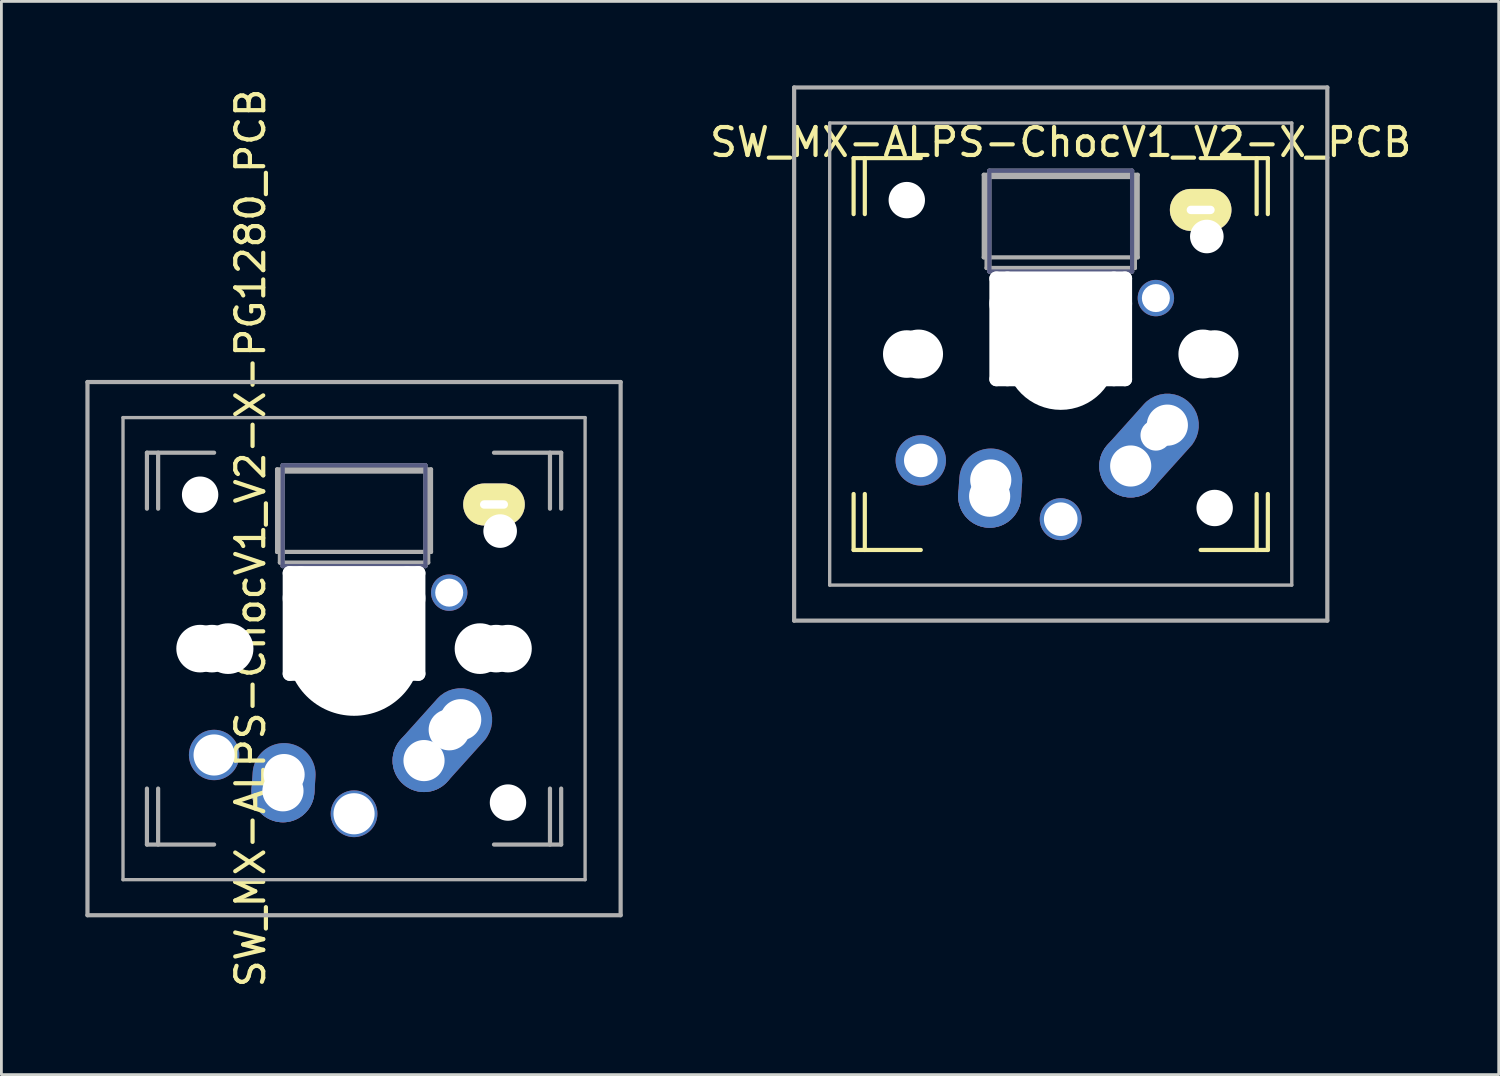
<source format=kicad_pcb>
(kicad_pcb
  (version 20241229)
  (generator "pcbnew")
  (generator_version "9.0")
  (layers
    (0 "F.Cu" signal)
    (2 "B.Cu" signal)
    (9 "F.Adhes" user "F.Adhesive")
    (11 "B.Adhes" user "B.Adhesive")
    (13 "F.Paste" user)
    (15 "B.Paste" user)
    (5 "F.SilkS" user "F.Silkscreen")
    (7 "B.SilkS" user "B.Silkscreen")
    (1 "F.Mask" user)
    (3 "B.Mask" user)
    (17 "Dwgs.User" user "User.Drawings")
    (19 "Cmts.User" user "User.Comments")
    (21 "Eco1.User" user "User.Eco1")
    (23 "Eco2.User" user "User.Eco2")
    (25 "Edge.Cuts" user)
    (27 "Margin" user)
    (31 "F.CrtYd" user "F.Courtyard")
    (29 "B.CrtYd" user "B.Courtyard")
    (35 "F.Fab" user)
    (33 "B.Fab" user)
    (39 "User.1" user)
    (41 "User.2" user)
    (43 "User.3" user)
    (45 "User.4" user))
  (footprint "SW_MX-ALPS-ChocV1_V2-X_PCB"
    (layer "F.Cu")
    (at 34.849 9.6)
    (property "Reference" "SW_MX-ALPS-ChocV1_V2-X_PCB" (at 0 -7.567 0) (unlocked yes) (layer "F.SilkS") (effects (font (size 1 1) (thickness 0.15))))
    (attr through_hole)
    (fp_line (start -7.4 -7) (end -5 -7) (stroke (width 0.15) (type solid)) (layer "F.SilkS"))
    (fp_line (start -7.4 -5) (end -7.4 -7) (stroke (width 0.15) (type solid)) (layer "F.SilkS"))
    (fp_line (start -7.4 5) (end -7.4 7) (stroke (width 0.15) (type solid)) (layer "F.SilkS"))
    (fp_line (start -7.4 7) (end -5 7) (stroke (width 0.15) (type solid)) (layer "F.SilkS"))
    (fp_line (start -7 -5) (end -7 -7) (stroke (width 0.15) (type solid)) (layer "F.SilkS"))
    (fp_line (start -7 5) (end -7 7) (stroke (width 0.15) (type solid)) (layer "F.SilkS"))
    (fp_line (start 5 7) (end 7.4 7) (stroke (width 0.15) (type solid)) (layer "F.SilkS"))
    (fp_line (start 7 -5) (end 7 -7) (stroke (width 0.15) (type solid)) (layer "F.SilkS"))
    (fp_line (start 7 7) (end 7 5) (stroke (width 0.15) (type solid)) (layer "F.SilkS"))
    (fp_line (start 7.4 -7) (end 5 -7) (stroke (width 0.15) (type solid)) (layer "F.SilkS"))
    (fp_line (start 7.4 -5) (end 7.4 -7) (stroke (width 0.15) (type solid)) (layer "F.SilkS"))
    (fp_line (start 7.4 7) (end 7.4 5) (stroke (width 0.15) (type solid)) (layer "F.SilkS"))
    (fp_line (start -2.55 -6.55) (end 2.55 -6.55) (stroke (width 0.15) (type solid)) (layer "B.Fab"))
    (fp_line (start -2.55 -2.95) (end -2.55 -6.55) (stroke (width 0.15) (type solid)) (layer "B.Fab"))
    (fp_line (start 2.55 -6.55) (end 2.55 -2.95) (stroke (width 0.15) (type solid)) (layer "B.Fab"))
    (fp_line (start 2.55 -2.95) (end -2.55 -2.95) (stroke (width 0.15) (type solid)) (layer "B.Fab"))
    (fp_line (start -9.525 -9.525) (end 9.525 -9.525) (stroke (width 0.15) (type solid)) (layer "F.Fab"))
    (fp_line (start -9.525 9.525) (end -9.525 -9.525) (stroke (width 0.15) (type solid)) (layer "F.Fab"))
    (fp_line (start -8.255 -8.255) (end 8.255 -8.255) (stroke (width 0.12) (type solid)) (layer "F.Fab"))
    (fp_line (start -8.255 8.255) (end -8.255 -8.255) (stroke (width 0.12) (type solid)) (layer "F.Fab"))
    (fp_line (start -2.75 -6.405) (end 2.75 -6.405) (stroke (width 0.15) (type solid)) (layer "F.Fab"))
    (fp_line (start -2.75 -3.455) (end -2.75 -6.405) (stroke (width 0.15) (type solid)) (layer "F.Fab"))
    (fp_line (start -2.75 -3.455) (end 2.75 -3.455) (stroke (width 0.15) (type solid)) (layer "F.Fab"))
    (fp_line (start -2.65 -6.325) (end -2.65 -3.075) (stroke (width 0.15) (type solid)) (layer "F.Fab"))
    (fp_line (start -2.65 -6.325) (end 2.65 -6.325) (stroke (width 0.15) (type solid)) (layer "F.Fab"))
    (fp_line (start -2.65 -3.075) (end 2.65 -3.075) (stroke (width 0.15) (type solid)) (layer "F.Fab"))
    (fp_line (start -2.55 -6.55) (end -2.55 -2.95) (stroke (width 0.15) (type solid)) (layer "F.Fab"))
    (fp_line (start -2.55 -2.95) (end 2.55 -2.95) (stroke (width 0.15) (type solid)) (layer "F.Fab"))
    (fp_line (start 2.55 -6.55) (end -2.55 -6.55) (stroke (width 0.15) (type solid)) (layer "F.Fab"))
    (fp_line (start 2.55 -2.95) (end 2.55 -6.55) (stroke (width 0.15) (type solid)) (layer "F.Fab"))
    (fp_line (start 2.65 -6.325) (end 2.65 -3.075) (stroke (width 0.15) (type solid)) (layer "F.Fab"))
    (fp_line (start 2.75 -3.455) (end 2.75 -6.405) (stroke (width 0.15) (type solid)) (layer "F.Fab"))
    (fp_line (start 8.255 -8.255) (end 8.255 8.255) (stroke (width 0.12) (type solid)) (layer "F.Fab"))
    (fp_line (start 8.255 8.255) (end -8.255 8.255) (stroke (width 0.12) (type solid)) (layer "F.Fab"))
    (fp_line (start 9.525 -9.525) (end 9.525 9.525) (stroke (width 0.15) (type solid)) (layer "F.Fab"))
    (fp_line (start 9.525 9.525) (end -9.525 9.525) (stroke (width 0.15) (type solid)) (layer "F.Fab"))
    (pad "" np_thru_hole circle (at -5.5 -5.5) (size 1.3 1.3) (drill 1.3) (layers "*.Cu" "*.Mask"))
    (pad "" np_thru_hole circle (at -5.5 0 228.1) (size 1.7 1.7) (drill 1.7) (layers "*.Cu" "*.Mask"))
    (pad "" np_thru_hole circle (at -5.08 0 228) (size 1.75 1.75) (drill 1.75) (layers "*.Cu" "*.Mask"))
    (pad "" np_thru_hole oval (at -2.3 -0.9 180) (size 0.5 4.1) (drill oval 0.5 4.1) (layers "*.Cu" "*.Mask"))
    (pad "" np_thru_hole oval (at -1.905 -0.9 180) (size 0.5 4.1) (drill oval 0.5 4.1) (layers "*.Cu" "*.Mask"))
    (pad "" np_thru_hole oval (at 0 -2.7 180) (size 5.1 0.5) (drill oval 5.1 0.5) (layers "*.Cu" "*.Mask"))
    (pad "" np_thru_hole oval (at 0 -1.8 180) (size 5.1 1.5) (drill oval 5.1 1.5) (layers "*.Cu" "*.Mask"))
    (pad "" np_thru_hole circle (at 0 0) (size 3.988 3.988) (drill 3.988) (layers "*.Cu" "*.Mask"))
    (pad "" np_thru_hole oval (at 0 0.9 180) (size 5.1 0.5) (drill oval 5.1 0.5) (layers "*.Cu" "*.Mask"))
    (pad "" np_thru_hole oval (at 1.9 -0.9 180) (size 0.5 4.1) (drill oval 0.5 4.1) (layers "*.Cu" "*.Mask"))
    (pad "" np_thru_hole oval (at 2.3 -0.9 180) (size 0.5 4.1) (drill oval 0.5 4.1) (layers "*.Cu" "*.Mask"))
    (pad "" thru_hole oval (at 5 -5.15 180) (size 2.2 1.5) (drill oval 1 0.3) (layers "*.Cu" "B.Mask" "F.SilkS"))
    (pad "" np_thru_hole circle (at 5.08 0 228) (size 1.75 1.75) (drill 1.75) (layers "*.Cu" "*.Mask"))
    (pad "" np_thru_hole circle (at 5.22 -4.2 228.1) (size 1.2 1.2) (drill 1.2) (layers "*.Cu" "*.Mask"))
    (pad "" np_thru_hole circle (at 5.5 0 228.1) (size 1.7 1.7) (drill 1.7) (layers "*.Cu" "*.Mask"))
    (pad "" np_thru_hole circle (at 5.5 5.5) (size 1.3 1.3) (drill 1.3) (layers "*.Cu" "*.Mask"))
    (pad "1" thru_hole circle (at -5 3.8 180) (size 1.8 1.8) (drill 1.2) (layers "*.Cu" "*.Mask"))
    (pad "1" thru_hole circle (at 3.4 -2) (size 1.3 1.3) (drill 1) (layers "*.Cu" "*.Mask"))
    (pad "2" thru_hole circle (at 0 5.9 180) (size 1.5 1.5) (drill 1.2) (layers "*.Cu" "*.Mask"))
    (pad "2" thru_hole circle (at 2.5 4 180) (size 2.25 2.25) (drill 1.47) (layers "*.Cu" "B.Mask"))
    (pad "2" thru_hole circle (at 3.4 2.9) (size 1.6 1.6) (drill 1.1) (layers "*.Cu" "*.Mask"))
    (pad "2" thru_hole custom (at 3.81 2.54 180) (size 2.25 2.25) (drill 1.47) (layers "*.Cu" "*.Mask") (options (anchor circle)) (primitives (gr_line (start 1.61 -1.16) (end 0.3 0.3) (width 1.4)) (gr_line (start 1.008 -1.758) (end -0.34 -0.26) (width 1.4)) (gr_arc (start 1.01 -1.76) (mid 1.61 -1.76) (end 1.61 -1.16) (width 1.4))))
    (pad "3" thru_hole circle (at -2.54 5.08 180) (size 2.25 2.25) (drill 1.47) (layers "*.Cu" "*.Mask"))
    (pad "3" thru_hole oval (at -2.5 4.5 266.1) (size 2.831 2.25) (drill 1.47 (offset 0.291 0)) (layers "*.Cu" "*.Mask")))
  (footprint "SW_MX-ALPS-ChocV1_V2-X-PG1280_PCB"
    (layer "F.Cu")
    (at 9.6 20.125)
    (property "Reference" "SW_MX-ALPS-ChocV1_V2-X-PG1280_PCB" (at -3.7 -3.953 90) (layer "F.SilkS") (effects (font (size 1 1) (thickness 0.15))))
    (attr through_hole)
    (fp_line (start -2.55 -6.55) (end 2.55 -6.55) (stroke (width 0.15) (type solid)) (layer "B.Fab"))
    (fp_line (start -2.55 -2.95) (end -2.55 -6.55) (stroke (width 0.15) (type solid)) (layer "B.Fab"))
    (fp_line (start 2.55 -6.55) (end 2.55 -2.95) (stroke (width 0.15) (type solid)) (layer "B.Fab"))
    (fp_line (start 2.55 -2.95) (end -2.55 -2.95) (stroke (width 0.15) (type solid)) (layer "B.Fab"))
    (fp_line (start -9.525 -9.525) (end 9.525 -9.525) (stroke (width 0.15) (type solid)) (layer "F.Fab"))
    (fp_line (start -9.525 9.525) (end -9.525 -9.525) (stroke (width 0.15) (type solid)) (layer "F.Fab"))
    (fp_line (start -8.255 -8.255) (end 8.255 -8.255) (stroke (width 0.12) (type solid)) (layer "F.Fab"))
    (fp_line (start -8.255 8.255) (end -8.255 -8.255) (stroke (width 0.12) (type solid)) (layer "F.Fab"))
    (fp_line (start -7.4 -7) (end -5 -7) (stroke (width 0.15) (type solid)) (layer "F.Fab"))
    (fp_line (start -7.4 -5) (end -7.4 -7) (stroke (width 0.15) (type solid)) (layer "F.Fab"))
    (fp_line (start -7.4 5) (end -7.4 7) (stroke (width 0.15) (type solid)) (layer "F.Fab"))
    (fp_line (start -7.4 7) (end -5 7) (stroke (width 0.15) (type solid)) (layer "F.Fab"))
    (fp_line (start -7 -5) (end -7 -7) (stroke (width 0.15) (type solid)) (layer "F.Fab"))
    (fp_line (start -7 5) (end -7 7) (stroke (width 0.15) (type solid)) (layer "F.Fab"))
    (fp_line (start -2.75 -6.405) (end 2.75 -6.405) (stroke (width 0.15) (type solid)) (layer "F.Fab"))
    (fp_line (start -2.75 -3.455) (end -2.75 -6.405) (stroke (width 0.15) (type solid)) (layer "F.Fab"))
    (fp_line (start -2.75 -3.455) (end 2.75 -3.455) (stroke (width 0.15) (type solid)) (layer "F.Fab"))
    (fp_line (start -2.65 -6.325) (end -2.65 -3.075) (stroke (width 0.15) (type solid)) (layer "F.Fab"))
    (fp_line (start -2.65 -6.325) (end 2.65 -6.325) (stroke (width 0.15) (type solid)) (layer "F.Fab"))
    (fp_line (start -2.65 -3.075) (end 2.65 -3.075) (stroke (width 0.15) (type solid)) (layer "F.Fab"))
    (fp_line (start -2.55 -6.55) (end -2.55 -2.95) (stroke (width 0.15) (type solid)) (layer "F.Fab"))
    (fp_line (start -2.55 -2.95) (end 2.55 -2.95) (stroke (width 0.15) (type solid)) (layer "F.Fab"))
    (fp_line (start 2.55 -6.55) (end -2.55 -6.55) (stroke (width 0.15) (type solid)) (layer "F.Fab"))
    (fp_line (start 2.55 -2.95) (end 2.55 -6.55) (stroke (width 0.15) (type solid)) (layer "F.Fab"))
    (fp_line (start 2.65 -6.325) (end 2.65 -3.075) (stroke (width 0.15) (type solid)) (layer "F.Fab"))
    (fp_line (start 2.75 -3.455) (end 2.75 -6.405) (stroke (width 0.15) (type solid)) (layer "F.Fab"))
    (fp_line (start 5 7) (end 7.4 7) (stroke (width 0.15) (type solid)) (layer "F.Fab"))
    (fp_line (start 7 -5) (end 7 -7) (stroke (width 0.15) (type solid)) (layer "F.Fab"))
    (fp_line (start 7 7) (end 7 5) (stroke (width 0.15) (type solid)) (layer "F.Fab"))
    (fp_line (start 7.4 -7) (end 5 -7) (stroke (width 0.15) (type solid)) (layer "F.Fab"))
    (fp_line (start 7.4 -5) (end 7.4 -7) (stroke (width 0.15) (type solid)) (layer "F.Fab"))
    (fp_line (start 7.4 7) (end 7.4 5) (stroke (width 0.15) (type solid)) (layer "F.Fab"))
    (fp_line (start 8.255 -8.255) (end 8.255 8.255) (stroke (width 0.12) (type solid)) (layer "F.Fab"))
    (fp_line (start 8.255 8.255) (end -8.255 8.255) (stroke (width 0.12) (type solid)) (layer "F.Fab"))
    (fp_line (start 9.525 -9.525) (end 9.525 9.525) (stroke (width 0.15) (type solid)) (layer "F.Fab"))
    (fp_line (start 9.525 9.525) (end -9.525 9.525) (stroke (width 0.15) (type solid)) (layer "F.Fab"))
    (pad "" np_thru_hole circle (at -5.5 -5.5) (size 1.3 1.3) (drill 1.3) (layers "*.Cu" "*.Mask"))
    (pad "" np_thru_hole circle (at -5.5 0 228.1) (size 1.7 1.7) (drill 1.7) (layers "*.Cu" "*.Mask"))
    (pad "" np_thru_hole circle (at -5.08 0) (size 1.7 1.7) (drill 1.7) (layers "*.Cu" "*.Mask"))
    (pad "" np_thru_hole circle (at -4.5 0) (size 1.81 1.81) (drill 1.81) (layers "*.Cu" "*.Mask"))
    (pad "" np_thru_hole oval (at -2.3 -0.9 180) (size 0.5 4.1) (drill oval 0.5 4.1) (layers "*.Cu" "*.Mask"))
    (pad "" np_thru_hole oval (at -1.905 -0.9 180) (size 0.5 4.1) (drill oval 0.5 4.1) (layers "*.Cu" "*.Mask"))
    (pad "" np_thru_hole oval (at 0 -2.7 180) (size 5.1 0.5) (drill oval 5.1 0.5) (layers "*.Cu" "*.Mask"))
    (pad "" np_thru_hole oval (at 0 -1.8 180) (size 5.1 1.5) (drill oval 5.1 1.5) (layers "*.Cu" "*.Mask"))
    (pad "" np_thru_hole circle (at 0 0) (size 4.8 4.8) (drill 4.8) (layers "*.Cu" "*.Mask"))
    (pad "" np_thru_hole oval (at 0 0.9 180) (size 5.1 0.5) (drill oval 5.1 0.5) (layers "*.Cu" "*.Mask"))
    (pad "" np_thru_hole oval (at 1.9 -0.9 180) (size 0.5 4.1) (drill oval 0.5 4.1) (layers "*.Cu" "*.Mask"))
    (pad "" np_thru_hole oval (at 2.3 -0.9 180) (size 0.5 4.1) (drill oval 0.5 4.1) (layers "*.Cu" "*.Mask"))
    (pad "" np_thru_hole circle (at 4.5 0) (size 1.81 1.81) (drill 1.81) (layers "*.Cu" "*.Mask"))
    (pad "" thru_hole oval (at 5 -5.15 180) (size 2.2 1.5) (drill oval 1 0.3) (layers "*.Cu" "B.Mask" "F.SilkS"))
    (pad "" np_thru_hole circle (at 5.08 0) (size 1.7 1.7) (drill 1.7) (layers "*.Cu" "*.Mask"))
    (pad "" np_thru_hole circle (at 5.22 -4.2 228.1) (size 1.2 1.2) (drill 1.2) (layers "*.Cu" "*.Mask"))
    (pad "" np_thru_hole circle (at 5.5 0 228.1) (size 1.7 1.7) (drill 1.7) (layers "*.Cu" "*.Mask"))
    (pad "" np_thru_hole circle (at 5.5 5.5) (size 1.3 1.3) (drill 1.3) (layers "*.Cu" "*.Mask"))
    (pad "1" thru_hole circle (at -5 3.8 180) (size 1.8 1.8) (drill 1.47) (layers "*.Cu" "*.Mask"))
    (pad "1" thru_hole circle (at 3.4 -2) (size 1.3 1.3) (drill 1) (layers "*.Cu" "*.Mask"))
    (pad "2" thru_hole circle (at 0 5.9 180) (size 1.67 1.67) (drill 1.47) (layers "*.Cu" "*.Mask"))
    (pad "2" thru_hole circle (at 2.5 4 180) (size 2.25 2.25) (drill 1.47) (layers "*.Cu" "B.Mask"))
    (pad "2" thru_hole circle (at 3.4 2.9) (size 1.67 1.67) (drill 1.47) (layers "*.Cu" "*.Mask"))
    (pad "2" thru_hole custom (at 3.81 2.54 180) (size 2.25 2.25) (drill 1.47) (layers "*.Cu" "*.Mask") (options (anchor circle)) (primitives (gr_line (start 1.61 -1.16) (end 0.3 0.3) (width 1.4)) (gr_line (start 1.008 -1.758) (end -0.34 -0.26) (width 1.4)) (gr_arc (start 1.01 -1.76) (mid 1.61 -1.76) (end 1.61 -1.16) (width 1.4))))
    (pad "3" thru_hole circle (at -2.54 5.08 180) (size 2.25 2.25) (drill 1.47) (layers "*.Cu" "*.Mask"))
    (pad "3" thru_hole oval (at -2.5 4.5 266.1) (size 2.831 2.25) (drill 1.47 (offset 0.291 0)) (layers "*.Cu" "*.Mask")))
  (gr_rect
    (start -3 -3)
    (end 50.498 35.345)
    (stroke (width 0.1) (type default))
    (fill no)
    (layer "Edge.Cuts")))
</source>
